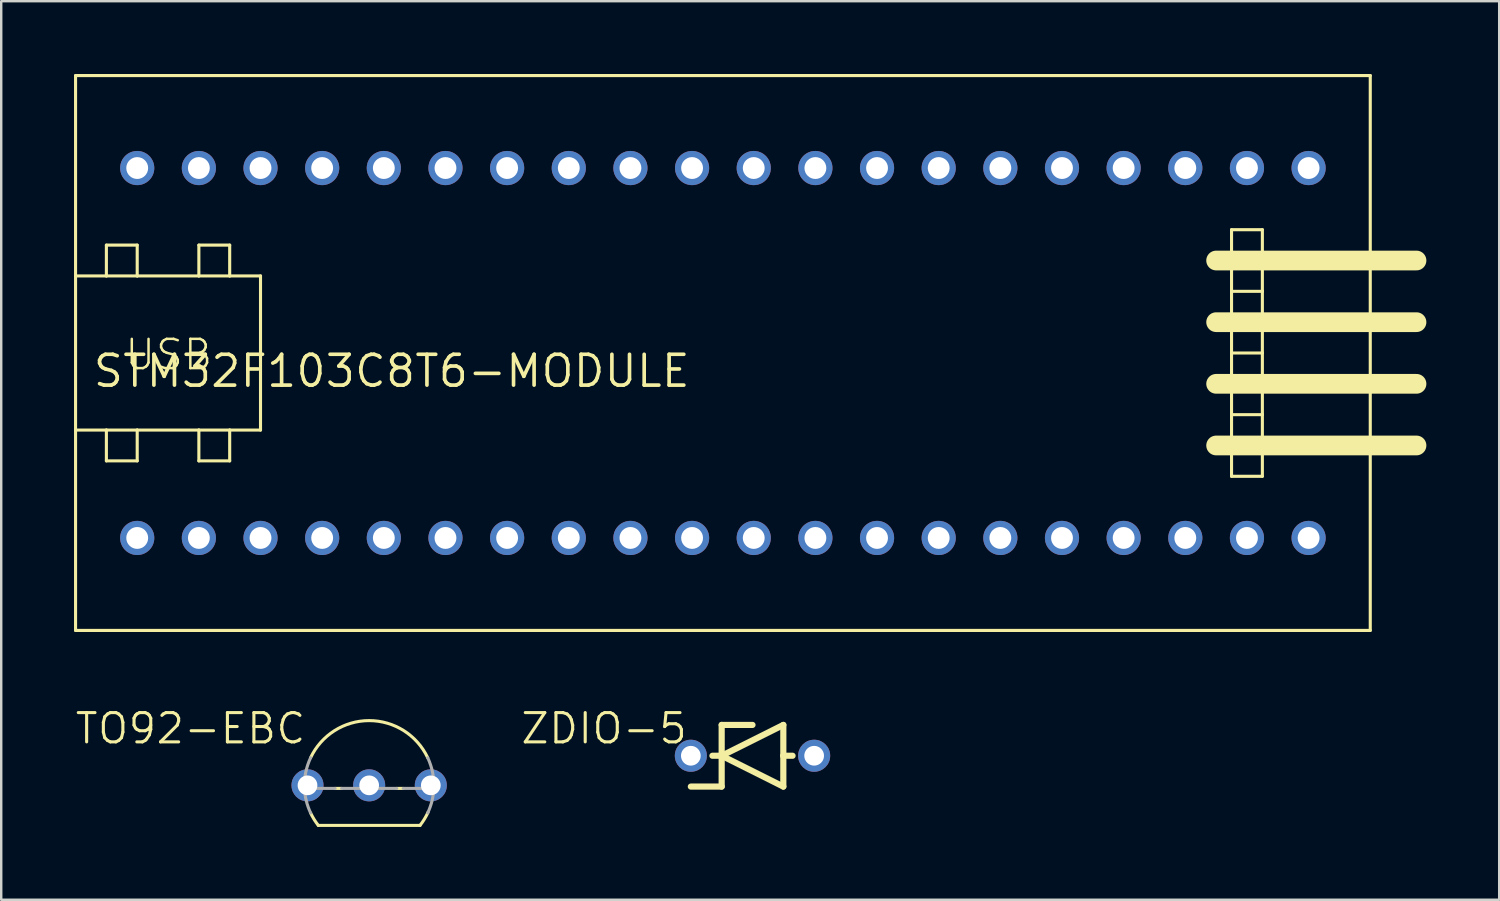
<source format=kicad_pcb>
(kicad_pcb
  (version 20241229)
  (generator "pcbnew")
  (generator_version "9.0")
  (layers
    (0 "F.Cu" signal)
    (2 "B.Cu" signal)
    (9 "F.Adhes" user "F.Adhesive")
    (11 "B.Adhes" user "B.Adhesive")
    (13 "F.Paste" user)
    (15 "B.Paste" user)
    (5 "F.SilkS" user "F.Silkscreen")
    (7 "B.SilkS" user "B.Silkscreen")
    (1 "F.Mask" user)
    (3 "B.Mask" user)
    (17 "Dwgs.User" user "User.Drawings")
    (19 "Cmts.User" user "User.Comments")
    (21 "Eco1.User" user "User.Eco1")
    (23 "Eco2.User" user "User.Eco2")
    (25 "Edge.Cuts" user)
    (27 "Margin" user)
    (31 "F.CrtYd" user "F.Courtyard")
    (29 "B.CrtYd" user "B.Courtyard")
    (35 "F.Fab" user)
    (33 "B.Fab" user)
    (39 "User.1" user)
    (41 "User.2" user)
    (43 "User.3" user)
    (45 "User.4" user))
  (footprint "ZDIO-5"
    (layer "F.Cu")
    (at 27.952 28.086)
    (property "Reference" "ZDIO-5" (at -2.616 -1.829 0) (layer "F.SilkS") (effects (font (size 1.206 1.206) (thickness 0.127)) (justify right top)))
    (attr through_hole)
    (fp_line (start -1.651 0) (end -1.27 0) (stroke (width 0.254) (type solid)) (layer "F.SilkS"))
    (fp_line (start -1.27 -1.27) (end -1.27 0) (stroke (width 0.254) (type solid)) (layer "F.SilkS"))
    (fp_line (start -1.27 0) (end -1.27 1.27) (stroke (width 0.254) (type solid)) (layer "F.SilkS"))
    (fp_line (start -1.27 0) (end 1.27 -1.27) (stroke (width 0.254) (type solid)) (layer "F.SilkS"))
    (fp_line (start -1.27 1.27) (end -2.54 1.27) (stroke (width 0.254) (type solid)) (layer "F.SilkS"))
    (fp_line (start 0 -1.27) (end -1.27 -1.27) (stroke (width 0.254) (type solid)) (layer "F.SilkS"))
    (fp_line (start 1.27 -1.27) (end 1.27 0) (stroke (width 0.254) (type solid)) (layer "F.SilkS"))
    (fp_line (start 1.27 0) (end 1.27 1.27) (stroke (width 0.254) (type solid)) (layer "F.SilkS"))
    (fp_line (start 1.27 0) (end 1.651 0) (stroke (width 0.254) (type solid)) (layer "F.SilkS"))
    (fp_line (start 1.27 1.27) (end -1.27 0) (stroke (width 0.254) (type solid)) (layer "F.SilkS"))
    (pad "A" thru_hole circle (at 2.54 0) (size 1.321 1.321) (drill 0.813) (layers "*.Cu" "*.Mask"))
    (pad "C" thru_hole circle (at -2.54 0) (size 1.321 1.321) (drill 0.813) (layers "*.Cu" "*.Mask")))
  (footprint "STM32F103C8T6-MODULE"
    (layer "F.Cu")
    (at 25.463 11.493)
    (property "Reference" "STM32F103C8T6-MODULE" (at 0 0 0) (layer "F.SilkS") (effects (font (size 1.27 1.27) (thickness 0.15)) (justify right top)))
    (attr through_hole)
    (fp_line (start -25.4 -11.43) (end 27.94 -11.43) (stroke (width 0.127) (type solid)) (layer "F.SilkS"))
    (fp_line (start -25.4 -3.175) (end -25.4 -11.43) (stroke (width 0.127) (type solid)) (layer "F.SilkS"))
    (fp_line (start -25.4 -3.175) (end -24.13 -3.175) (stroke (width 0.127) (type solid)) (layer "F.SilkS"))
    (fp_line (start -25.4 3.175) (end -25.4 -3.175) (stroke (width 0.127) (type solid)) (layer "F.SilkS"))
    (fp_line (start -25.4 11.43) (end -25.4 3.175) (stroke (width 0.127) (type solid)) (layer "F.SilkS"))
    (fp_line (start -24.13 -4.445) (end -22.86 -4.445) (stroke (width 0.127) (type solid)) (layer "F.SilkS"))
    (fp_line (start -24.13 -3.175) (end -24.13 -4.445) (stroke (width 0.127) (type solid)) (layer "F.SilkS"))
    (fp_line (start -24.13 -3.175) (end -22.86 -3.175) (stroke (width 0.127) (type solid)) (layer "F.SilkS"))
    (fp_line (start -24.13 3.175) (end -25.4 3.175) (stroke (width 0.127) (type solid)) (layer "F.SilkS"))
    (fp_line (start -24.13 3.175) (end -24.13 4.445) (stroke (width 0.127) (type solid)) (layer "F.SilkS"))
    (fp_line (start -24.13 4.445) (end -22.86 4.445) (stroke (width 0.127) (type solid)) (layer "F.SilkS"))
    (fp_line (start -22.86 -4.445) (end -22.86 -3.175) (stroke (width 0.127) (type solid)) (layer "F.SilkS"))
    (fp_line (start -22.86 -3.175) (end -20.32 -3.175) (stroke (width 0.127) (type solid)) (layer "F.SilkS"))
    (fp_line (start -22.86 3.175) (end -24.13 3.175) (stroke (width 0.127) (type solid)) (layer "F.SilkS"))
    (fp_line (start -22.86 4.445) (end -22.86 3.175) (stroke (width 0.127) (type solid)) (layer "F.SilkS"))
    (fp_line (start -20.32 -4.445) (end -19.05 -4.445) (stroke (width 0.127) (type solid)) (layer "F.SilkS"))
    (fp_line (start -20.32 -3.175) (end -20.32 -4.445) (stroke (width 0.127) (type solid)) (layer "F.SilkS"))
    (fp_line (start -20.32 -3.175) (end -19.05 -3.175) (stroke (width 0.127) (type solid)) (layer "F.SilkS"))
    (fp_line (start -20.32 3.175) (end -22.86 3.175) (stroke (width 0.127) (type solid)) (layer "F.SilkS"))
    (fp_line (start -20.32 3.175) (end -20.32 4.445) (stroke (width 0.127) (type solid)) (layer "F.SilkS"))
    (fp_line (start -20.32 4.445) (end -19.05 4.445) (stroke (width 0.127) (type solid)) (layer "F.SilkS"))
    (fp_line (start -19.05 -4.445) (end -19.05 -3.175) (stroke (width 0.127) (type solid)) (layer "F.SilkS"))
    (fp_line (start -19.05 -3.175) (end -17.78 -3.175) (stroke (width 0.127) (type solid)) (layer "F.SilkS"))
    (fp_line (start -19.05 3.175) (end -20.32 3.175) (stroke (width 0.127) (type solid)) (layer "F.SilkS"))
    (fp_line (start -19.05 4.445) (end -19.05 3.175) (stroke (width 0.127) (type solid)) (layer "F.SilkS"))
    (fp_line (start -17.78 -3.175) (end -17.78 3.175) (stroke (width 0.127) (type solid)) (layer "F.SilkS"))
    (fp_line (start -17.78 3.175) (end -19.05 3.175) (stroke (width 0.127) (type solid)) (layer "F.SilkS"))
    (fp_line (start 22.225 -5.08) (end 23.495 -5.08) (stroke (width 0.127) (type solid)) (layer "F.SilkS"))
    (fp_line (start 22.225 -2.54) (end 22.225 -5.08) (stroke (width 0.127) (type solid)) (layer "F.SilkS"))
    (fp_line (start 22.225 -2.54) (end 23.495 -2.54) (stroke (width 0.127) (type solid)) (layer "F.SilkS"))
    (fp_line (start 22.225 0) (end 22.225 -2.54) (stroke (width 0.127) (type solid)) (layer "F.SilkS"))
    (fp_line (start 22.225 0) (end 23.495 0) (stroke (width 0.127) (type solid)) (layer "F.SilkS"))
    (fp_line (start 22.225 2.54) (end 22.225 0) (stroke (width 0.127) (type solid)) (layer "F.SilkS"))
    (fp_line (start 22.225 2.54) (end 23.495 2.54) (stroke (width 0.127) (type solid)) (layer "F.SilkS"))
    (fp_line (start 22.225 5.08) (end 22.225 2.54) (stroke (width 0.127) (type solid)) (layer "F.SilkS"))
    (fp_line (start 23.495 -5.08) (end 23.495 -2.54) (stroke (width 0.127) (type solid)) (layer "F.SilkS"))
    (fp_line (start 23.495 -2.54) (end 23.495 0) (stroke (width 0.127) (type solid)) (layer "F.SilkS"))
    (fp_line (start 23.495 0) (end 23.495 2.54) (stroke (width 0.127) (type solid)) (layer "F.SilkS"))
    (fp_line (start 23.495 2.54) (end 23.495 5.08) (stroke (width 0.127) (type solid)) (layer "F.SilkS"))
    (fp_line (start 23.495 5.08) (end 22.225 5.08) (stroke (width 0.127) (type solid)) (layer "F.SilkS"))
    (fp_line (start 27.94 -11.43) (end 27.94 11.43) (stroke (width 0.127) (type solid)) (layer "F.SilkS"))
    (fp_line (start 27.94 11.43) (end -25.4 11.43) (stroke (width 0.127) (type solid)) (layer "F.SilkS"))
    (fp_line (start 29.845 -3.81) (end 21.59 -3.81) (stroke (width 0.813) (type solid)) (layer "F.SilkS"))
    (fp_line (start 29.845 -1.27) (end 21.59 -1.27) (stroke (width 0.813) (type solid)) (layer "F.SilkS"))
    (fp_line (start 29.845 1.27) (end 21.59 1.27) (stroke (width 0.813) (type solid)) (layer "F.SilkS"))
    (fp_line (start 29.845 3.81) (end 21.59 3.81) (stroke (width 0.813) (type solid)) (layer "F.SilkS"))
    (fp_text user "USB" (at -19.685 -0.635 0) (layer "F.SilkS") (effects (font (size 1.206 1.206) (thickness 0.102)) (justify right top)))
    (pad "3.3V_1" thru_hole circle (at 25.4 7.62 90) (size 1.408 1.408) (drill 0.9) (layers "*.Cu" "*.Mask"))
    (pad "3.3V_2" thru_hole circle (at -17.78 -7.62 90) (size 1.408 1.408) (drill 0.9) (layers "*.Cu" "*.Mask"))
    (pad "5V" thru_hole circle (at 20.32 7.62 90) (size 1.408 1.408) (drill 0.9) (layers "*.Cu" "*.Mask"))
    (pad "GND_1" thru_hole circle (at 22.86 7.62 90) (size 1.408 1.408) (drill 0.9) (layers "*.Cu" "*.Mask"))
    (pad "GND_2" thru_hole circle (at -20.32 -7.62 90) (size 1.408 1.408) (drill 0.9) (layers "*.Cu" "*.Mask"))
    (pad "GND_3" thru_hole circle (at -22.86 -7.62 90) (size 1.408 1.408) (drill 0.9) (layers "*.Cu" "*.Mask"))
    (pad "PA_0" thru_hole circle (at 15.24 -7.62 90) (size 1.408 1.408) (drill 0.9) (layers "*.Cu" "*.Mask"))
    (pad "PA_1" thru_hole circle (at 12.7 -7.62 90) (size 1.408 1.408) (drill 0.9) (layers "*.Cu" "*.Mask"))
    (pad "PA_2" thru_hole circle (at 10.16 -7.62 90) (size 1.408 1.408) (drill 0.9) (layers "*.Cu" "*.Mask"))
    (pad "PA_3" thru_hole circle (at 7.62 -7.62 90) (size 1.408 1.408) (drill 0.9) (layers "*.Cu" "*.Mask"))
    (pad "PA_4" thru_hole circle (at 5.08 -7.62 90) (size 1.408 1.408) (drill 0.9) (layers "*.Cu" "*.Mask"))
    (pad "PA_5" thru_hole circle (at 2.54 -7.62 90) (size 1.408 1.408) (drill 0.9) (layers "*.Cu" "*.Mask"))
    (pad "PA_6" thru_hole circle (at 0 -7.62 90) (size 1.408 1.408) (drill 0.9) (layers "*.Cu" "*.Mask"))
    (pad "PA_7" thru_hole circle (at -2.54 -7.62 90) (size 1.408 1.408) (drill 0.9) (layers "*.Cu" "*.Mask"))
    (pad "PA_8" thru_hole circle (at -12.7 7.62 90) (size 1.408 1.408) (drill 0.9) (layers "*.Cu" "*.Mask"))
    (pad "PA_9" thru_hole circle (at -10.16 7.62 90) (size 1.408 1.408) (drill 0.9) (layers "*.Cu" "*.Mask"))
    (pad "PA_10" thru_hole circle (at -7.62 7.62 90) (size 1.408 1.408) (drill 0.9) (layers "*.Cu" "*.Mask"))
    (pad "PA_11" thru_hole circle (at -5.08 7.62 90) (size 1.408 1.408) (drill 0.9) (layers "*.Cu" "*.Mask"))
    (pad "PA_12" thru_hole circle (at -2.54 7.62 90) (size 1.408 1.408) (drill 0.9) (layers "*.Cu" "*.Mask"))
    (pad "PA_15" thru_hole circle (at 0 7.62 90) (size 1.408 1.408) (drill 0.9) (layers "*.Cu" "*.Mask"))
    (pad "PB_0" thru_hole circle (at -5.08 -7.62 90) (size 1.408 1.408) (drill 0.9) (layers "*.Cu" "*.Mask"))
    (pad "PB_1" thru_hole circle (at -7.62 -7.62 90) (size 1.408 1.408) (drill 0.9) (layers "*.Cu" "*.Mask"))
    (pad "PB_3" thru_hole circle (at 2.54 7.62 90) (size 1.408 1.408) (drill 0.9) (layers "*.Cu" "*.Mask"))
    (pad "PB_4" thru_hole circle (at 5.08 7.62 90) (size 1.408 1.408) (drill 0.9) (layers "*.Cu" "*.Mask"))
    (pad "PB_5" thru_hole circle (at 7.62 7.62 90) (size 1.408 1.408) (drill 0.9) (layers "*.Cu" "*.Mask"))
    (pad "PB_6" thru_hole circle (at 10.16 7.62 90) (size 1.408 1.408) (drill 0.9) (layers "*.Cu" "*.Mask"))
    (pad "PB_7" thru_hole circle (at 12.7 7.62 90) (size 1.408 1.408) (drill 0.9) (layers "*.Cu" "*.Mask"))
    (pad "PB_8" thru_hole circle (at 15.24 7.62 90) (size 1.408 1.408) (drill 0.9) (layers "*.Cu" "*.Mask"))
    (pad "PB_9" thru_hole circle (at 17.78 7.62 90) (size 1.408 1.408) (drill 0.9) (layers "*.Cu" "*.Mask"))
    (pad "PB_10" thru_hole circle (at -10.16 -7.62 90) (size 1.408 1.408) (drill 0.9) (layers "*.Cu" "*.Mask"))
    (pad "PB_11" thru_hole circle (at -12.7 -7.62 90) (size 1.408 1.408) (drill 0.9) (layers "*.Cu" "*.Mask"))
    (pad "PB_12" thru_hole circle (at -22.86 7.62 90) (size 1.408 1.408) (drill 0.9) (layers "*.Cu" "*.Mask"))
    (pad "PB_13" thru_hole circle (at -20.32 7.62 90) (size 1.408 1.408) (drill 0.9) (layers "*.Cu" "*.Mask"))
    (pad "PB_14" thru_hole circle (at -17.78 7.62 90) (size 1.408 1.408) (drill 0.9) (layers "*.Cu" "*.Mask"))
    (pad "PB_15" thru_hole circle (at -15.24 7.62 90) (size 1.408 1.408) (drill 0.9) (layers "*.Cu" "*.Mask"))
    (pad "PC_13" thru_hole circle (at 22.86 -7.62 90) (size 1.408 1.408) (drill 0.9) (layers "*.Cu" "*.Mask"))
    (pad "PC_14" thru_hole circle (at 20.32 -7.62 90) (size 1.408 1.408) (drill 0.9) (layers "*.Cu" "*.Mask"))
    (pad "PC_15" thru_hole circle (at 17.78 -7.62 90) (size 1.408 1.408) (drill 0.9) (layers "*.Cu" "*.Mask"))
    (pad "RESET" thru_hole circle (at -15.24 -7.62 90) (size 1.408 1.408) (drill 0.9) (layers "*.Cu" "*.Mask"))
    (pad "VB" thru_hole circle (at 25.4 -7.62 90) (size 1.408 1.408) (drill 0.9) (layers "*.Cu" "*.Mask")))
  (footprint "TO92-EBC"
    (layer "F.Cu")
    (at 12.159 28.035)
    (property "Reference" "TO92-EBC" (at -2.54 -1.778 0) (layer "F.SilkS") (effects (font (size 1.206 1.206) (thickness 0.127)) (justify right top)))
    (attr through_hole)
    (fp_line (start -2.095 2.921) (end 2.095 2.921) (stroke (width 0.127) (type solid)) (layer "F.SilkS"))
    (fp_line (start -1.136 1.397) (end -1.404 1.397) (stroke (width 0.127) (type solid)) (layer "F.SilkS"))
    (fp_line (start 1.404 1.397) (end 1.136 1.397) (stroke (width 0.127) (type solid)) (layer "F.SilkS"))
    (fp_arc (start -2.413 0.1341) (mid -0.000001 -1.396986) (end 2.412999 0.134099) (stroke (width 0.127) (type solid)) (layer "F.SilkS"))
    (fp_arc (start -2.095 2.921) (mid -2.268918 2.67252) (end -2.4135 2.4059) (stroke (width 0.127) (type solid)) (layer "F.SilkS"))
    (fp_arc (start 2.4247 2.3818) (mid 2.275878 2.661201) (end 2.095 2.921) (stroke (width 0.127) (type solid)) (layer "F.SilkS"))
    (fp_line (start -1.404 1.397) (end -2.664 1.397) (stroke (width 0.127) (type solid)) (layer "F.Fab"))
    (fp_line (start 1.136 1.397) (end -1.136 1.397) (stroke (width 0.127) (type solid)) (layer "F.Fab"))
    (fp_line (start 2.664 1.397) (end 1.404 1.397) (stroke (width 0.127) (type solid)) (layer "F.Fab"))
    (fp_arc (start -2.664 1.397) (mid -2.615858 0.750175) (end -2.413 0.1341) (stroke (width 0.127) (type solid)) (layer "F.Fab"))
    (fp_arc (start -2.413 2.4059) (mid -2.588137 1.913799) (end -2.664 1.397) (stroke (width 0.127) (type solid)) (layer "F.Fab"))
    (fp_arc (start 2.413 0.1341) (mid 2.615858 0.750175) (end 2.664 1.397) (stroke (width 0.127) (type solid)) (layer "F.Fab"))
    (fp_arc (start 2.664 1.397) (mid 2.588137 1.913799) (end 2.413 2.4059) (stroke (width 0.127) (type solid)) (layer "F.Fab"))
    (pad "B" thru_hole circle (at 0 1.27 90) (size 1.321 1.321) (drill 0.813) (layers "*.Cu" "*.Mask"))
    (pad "C" thru_hole circle (at -2.54 1.27 90) (size 1.321 1.321) (drill 0.813) (layers "*.Cu" "*.Mask"))
    (pad "E" thru_hole circle (at 2.54 1.27 90) (size 1.321 1.321) (drill 0.813) (layers "*.Cu" "*.Mask")))
  (gr_rect
    (start -3 -3)
    (end 58.715 34.019)
    (stroke (width 0.1) (type default))
    (fill no)
    (layer "Edge.Cuts")))
</source>
